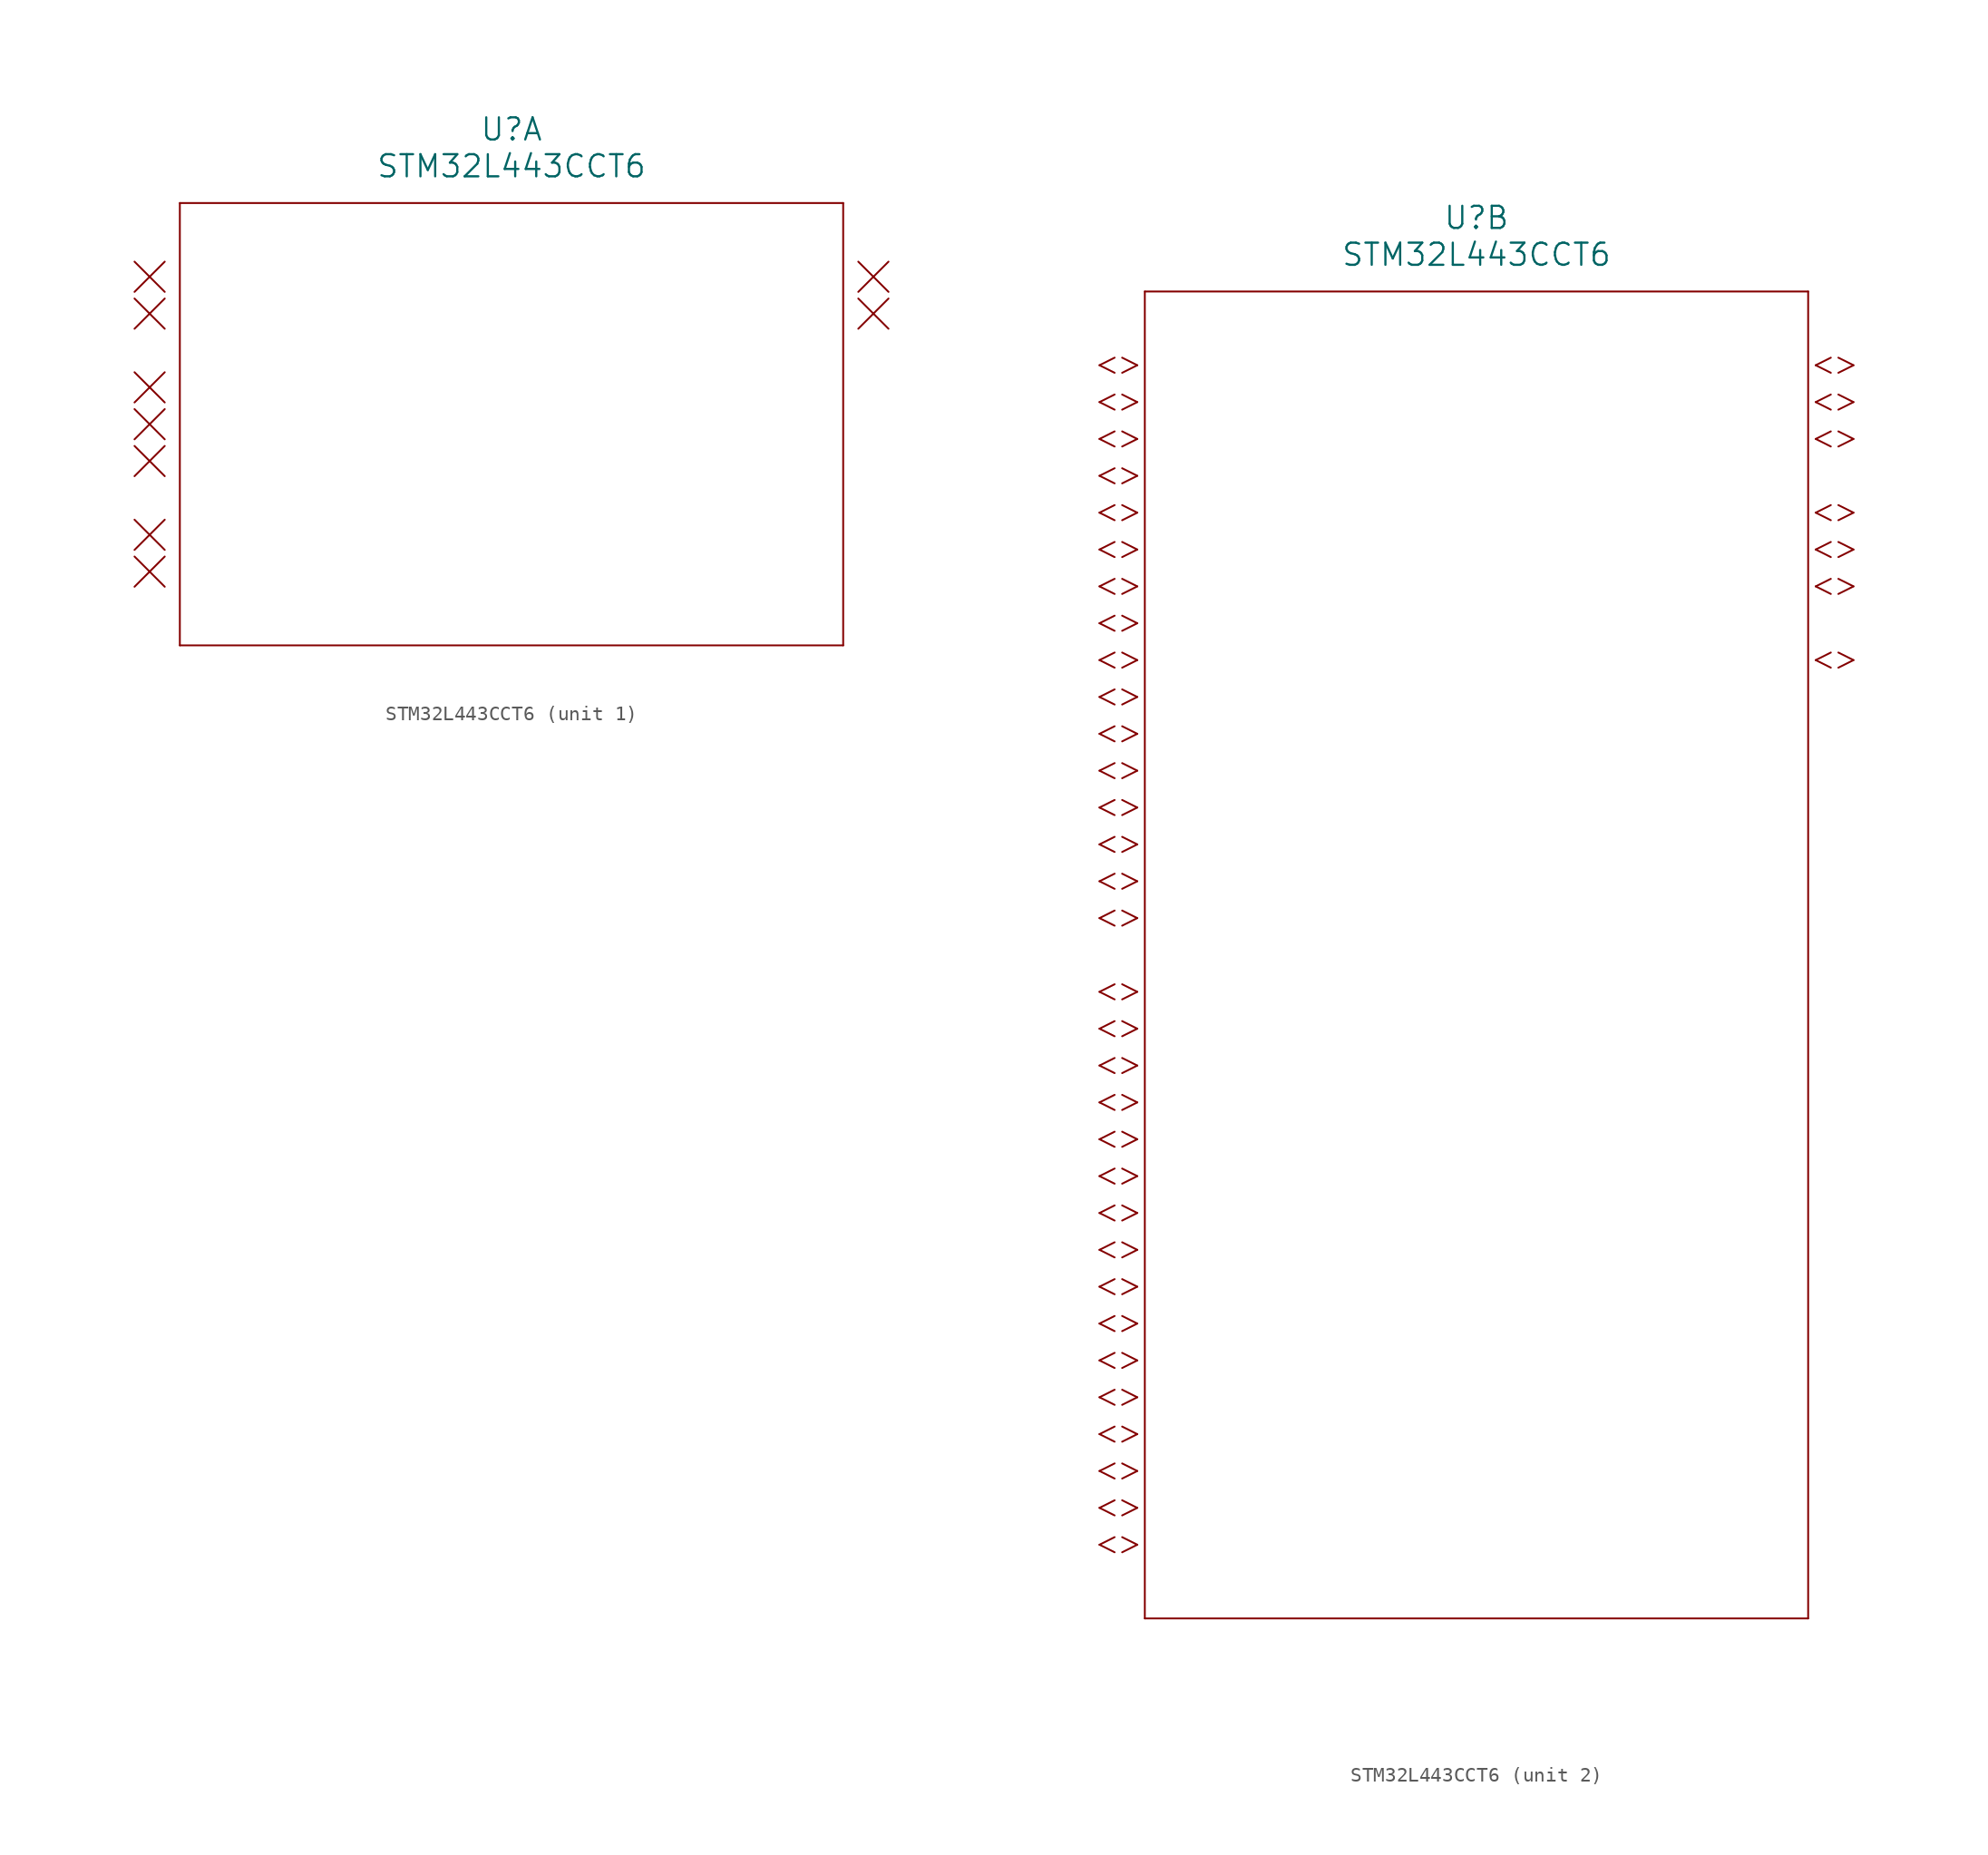
<source format=kicad_sym>
(kicad_symbol_lib
  (version 20220914)
  (generator kicad_symbol_editor)
  (symbol "STM32L443CCT6"
    (pin_names
      (offset 0.254))
    (property "Reference" "U"
      (at 30.48 10.16 0)
      (effects (font (size 1.524 1.524))))
    (property "Value" "STM32L443CCT6"
      (at 30.48 7.62 0)
      (effects (font (size 1.524 1.524))))
    (property "ki_locked" ""
      (at 0 0 0)
      (effects (font (size 1.27 1.27))))
    (symbol "STM32L443CCT6_1_1"
      (polyline (pts (xy 4.496 -19.279) (xy 6.579 -21.361)) (stroke (width 0.127) (type default)) (fill (type none)))
      (polyline (pts (xy 4.496 -16.739) (xy 6.579 -18.821)) (stroke (width 0.127) (type default)) (fill (type none)))
      (polyline (pts (xy 4.496 -11.659) (xy 6.579 -13.741)) (stroke (width 0.127) (type default)) (fill (type none)))
      (polyline (pts (xy 4.496 -9.119) (xy 6.579 -11.201)) (stroke (width 0.127) (type default)) (fill (type none)))
      (polyline (pts (xy 4.496 -6.579) (xy 6.579 -8.661)) (stroke (width 0.127) (type default)) (fill (type none)))
      (polyline (pts (xy 4.496 -1.499) (xy 6.579 -3.581)) (stroke (width 0.127) (type default)) (fill (type none)))
      (polyline (pts (xy 4.496 1.041) (xy 6.579 -1.041)) (stroke (width 0.127) (type default)) (fill (type none)))
      (polyline (pts (xy 6.579 -19.279) (xy 4.496 -21.361)) (stroke (width 0.127) (type default)) (fill (type none)))
      (polyline (pts (xy 6.579 -16.739) (xy 4.496 -18.821)) (stroke (width 0.127) (type default)) (fill (type none)))
      (polyline (pts (xy 6.579 -11.659) (xy 4.496 -13.741)) (stroke (width 0.127) (type default)) (fill (type none)))
      (polyline (pts (xy 6.579 -9.119) (xy 4.496 -11.201)) (stroke (width 0.127) (type default)) (fill (type none)))
      (polyline (pts (xy 6.579 -6.579) (xy 4.496 -8.661)) (stroke (width 0.127) (type default)) (fill (type none)))
      (polyline (pts (xy 6.579 -1.499) (xy 4.496 -3.581)) (stroke (width 0.127) (type default)) (fill (type none)))
      (polyline (pts (xy 6.579 1.041) (xy 4.496 -1.041)) (stroke (width 0.127) (type default)) (fill (type none)))
      (polyline (pts (xy 7.62 -25.4) (xy 53.34 -25.4)) (stroke (width 0.127) (type default)) (fill (type none)))
      (polyline (pts (xy 7.62 5.08) (xy 7.62 -25.4)) (stroke (width 0.127) (type default)) (fill (type none)))
      (polyline (pts (xy 53.34 -25.4) (xy 53.34 5.08)) (stroke (width 0.127) (type default)) (fill (type none)))
      (polyline (pts (xy 53.34 5.08) (xy 7.62 5.08)) (stroke (width 0.127) (type default)) (fill (type none)))
      (polyline (pts (xy 54.381 -3.581) (xy 56.464 -1.499)) (stroke (width 0.127) (type default)) (fill (type none)))
      (polyline (pts (xy 54.381 -1.041) (xy 56.464 1.041)) (stroke (width 0.127) (type default)) (fill (type none)))
      (polyline (pts (xy 56.464 -3.581) (xy 54.381 -1.499)) (stroke (width 0.127) (type default)) (fill (type none)))
      (polyline (pts (xy 56.464 -1.041) (xy 54.381 1.041)) (stroke (width 0.127) (type default)) (fill (type none))))
    (symbol "STM32L443CCT6_2_1"
      (polyline (pts (xy 5.537 -81.801) (xy 4.496 -81.28)) (stroke (width 0.127) (type default)) (fill (type none)))
      (polyline (pts (xy 5.537 -80.759) (xy 4.496 -81.28)) (stroke (width 0.127) (type default)) (fill (type none)))
      (polyline (pts (xy 5.537 -79.261) (xy 4.496 -78.74)) (stroke (width 0.127) (type default)) (fill (type none)))
      (polyline (pts (xy 5.537 -78.219) (xy 4.496 -78.74)) (stroke (width 0.127) (type default)) (fill (type none)))
      (polyline (pts (xy 5.537 -76.721) (xy 4.496 -76.2)) (stroke (width 0.127) (type default)) (fill (type none)))
      (polyline (pts (xy 5.537 -75.679) (xy 4.496 -76.2)) (stroke (width 0.127) (type default)) (fill (type none)))
      (polyline (pts (xy 5.537 -74.181) (xy 4.496 -73.66)) (stroke (width 0.127) (type default)) (fill (type none)))
      (polyline (pts (xy 5.537 -73.139) (xy 4.496 -73.66)) (stroke (width 0.127) (type default)) (fill (type none)))
      (polyline (pts (xy 5.537 -71.641) (xy 4.496 -71.12)) (stroke (width 0.127) (type default)) (fill (type none)))
      (polyline (pts (xy 5.537 -70.599) (xy 4.496 -71.12)) (stroke (width 0.127) (type default)) (fill (type none)))
      (polyline (pts (xy 5.537 -69.101) (xy 4.496 -68.58)) (stroke (width 0.127) (type default)) (fill (type none)))
      (polyline (pts (xy 5.537 -68.059) (xy 4.496 -68.58)) (stroke (width 0.127) (type default)) (fill (type none)))
      (polyline (pts (xy 5.537 -66.561) (xy 4.496 -66.04)) (stroke (width 0.127) (type default)) (fill (type none)))
      (polyline (pts (xy 5.537 -65.519) (xy 4.496 -66.04)) (stroke (width 0.127) (type default)) (fill (type none)))
      (polyline (pts (xy 5.537 -64.021) (xy 4.496 -63.5)) (stroke (width 0.127) (type default)) (fill (type none)))
      (polyline (pts (xy 5.537 -62.979) (xy 4.496 -63.5)) (stroke (width 0.127) (type default)) (fill (type none)))
      (polyline (pts (xy 5.537 -61.481) (xy 4.496 -60.96)) (stroke (width 0.127) (type default)) (fill (type none)))
      (polyline (pts (xy 5.537 -60.439) (xy 4.496 -60.96)) (stroke (width 0.127) (type default)) (fill (type none)))
      (polyline (pts (xy 5.537 -58.941) (xy 4.496 -58.42)) (stroke (width 0.127) (type default)) (fill (type none)))
      (polyline (pts (xy 5.537 -57.899) (xy 4.496 -58.42)) (stroke (width 0.127) (type default)) (fill (type none)))
      (polyline (pts (xy 5.537 -56.401) (xy 4.496 -55.88)) (stroke (width 0.127) (type default)) (fill (type none)))
      (polyline (pts (xy 5.537 -55.359) (xy 4.496 -55.88)) (stroke (width 0.127) (type default)) (fill (type none)))
      (polyline (pts (xy 5.537 -53.861) (xy 4.496 -53.34)) (stroke (width 0.127) (type default)) (fill (type none)))
      (polyline (pts (xy 5.537 -52.819) (xy 4.496 -53.34)) (stroke (width 0.127) (type default)) (fill (type none)))
      (polyline (pts (xy 5.537 -51.321) (xy 4.496 -50.8)) (stroke (width 0.127) (type default)) (fill (type none)))
      (polyline (pts (xy 5.537 -50.279) (xy 4.496 -50.8)) (stroke (width 0.127) (type default)) (fill (type none)))
      (polyline (pts (xy 5.537 -48.781) (xy 4.496 -48.26)) (stroke (width 0.127) (type default)) (fill (type none)))
      (polyline (pts (xy 5.537 -47.739) (xy 4.496 -48.26)) (stroke (width 0.127) (type default)) (fill (type none)))
      (polyline (pts (xy 5.537 -46.241) (xy 4.496 -45.72)) (stroke (width 0.127) (type default)) (fill (type none)))
      (polyline (pts (xy 5.537 -45.199) (xy 4.496 -45.72)) (stroke (width 0.127) (type default)) (fill (type none)))
      (polyline (pts (xy 5.537 -43.701) (xy 4.496 -43.18)) (stroke (width 0.127) (type default)) (fill (type none)))
      (polyline (pts (xy 5.537 -42.659) (xy 4.496 -43.18)) (stroke (width 0.127) (type default)) (fill (type none)))
      (polyline (pts (xy 5.537 -38.621) (xy 4.496 -38.1)) (stroke (width 0.127) (type default)) (fill (type none)))
      (polyline (pts (xy 5.537 -37.579) (xy 4.496 -38.1)) (stroke (width 0.127) (type default)) (fill (type none)))
      (polyline (pts (xy 5.537 -36.081) (xy 4.496 -35.56)) (stroke (width 0.127) (type default)) (fill (type none)))
      (polyline (pts (xy 5.537 -35.039) (xy 4.496 -35.56)) (stroke (width 0.127) (type default)) (fill (type none)))
      (polyline (pts (xy 5.537 -33.541) (xy 4.496 -33.02)) (stroke (width 0.127) (type default)) (fill (type none)))
      (polyline (pts (xy 5.537 -32.499) (xy 4.496 -33.02)) (stroke (width 0.127) (type default)) (fill (type none)))
      (polyline (pts (xy 5.537 -31.001) (xy 4.496 -30.48)) (stroke (width 0.127) (type default)) (fill (type none)))
      (polyline (pts (xy 5.537 -29.959) (xy 4.496 -30.48)) (stroke (width 0.127) (type default)) (fill (type none)))
      (polyline (pts (xy 5.537 -28.461) (xy 4.496 -27.94)) (stroke (width 0.127) (type default)) (fill (type none)))
      (polyline (pts (xy 5.537 -27.419) (xy 4.496 -27.94)) (stroke (width 0.127) (type default)) (fill (type none)))
      (polyline (pts (xy 5.537 -25.921) (xy 4.496 -25.4)) (stroke (width 0.127) (type default)) (fill (type none)))
      (polyline (pts (xy 5.537 -24.879) (xy 4.496 -25.4)) (stroke (width 0.127) (type default)) (fill (type none)))
      (polyline (pts (xy 5.537 -23.381) (xy 4.496 -22.86)) (stroke (width 0.127) (type default)) (fill (type none)))
      (polyline (pts (xy 5.537 -22.339) (xy 4.496 -22.86)) (stroke (width 0.127) (type default)) (fill (type none)))
      (polyline (pts (xy 5.537 -20.841) (xy 4.496 -20.32)) (stroke (width 0.127) (type default)) (fill (type none)))
      (polyline (pts (xy 5.537 -19.799) (xy 4.496 -20.32)) (stroke (width 0.127) (type default)) (fill (type none)))
      (polyline (pts (xy 5.537 -18.301) (xy 4.496 -17.78)) (stroke (width 0.127) (type default)) (fill (type none)))
      (polyline (pts (xy 5.537 -17.259) (xy 4.496 -17.78)) (stroke (width 0.127) (type default)) (fill (type none)))
      (polyline (pts (xy 5.537 -15.761) (xy 4.496 -15.24)) (stroke (width 0.127) (type default)) (fill (type none)))
      (polyline (pts (xy 5.537 -14.719) (xy 4.496 -15.24)) (stroke (width 0.127) (type default)) (fill (type none)))
      (polyline (pts (xy 5.537 -13.221) (xy 4.496 -12.7)) (stroke (width 0.127) (type default)) (fill (type none)))
      (polyline (pts (xy 5.537 -12.179) (xy 4.496 -12.7)) (stroke (width 0.127) (type default)) (fill (type none)))
      (polyline (pts (xy 5.537 -10.681) (xy 4.496 -10.16)) (stroke (width 0.127) (type default)) (fill (type none)))
      (polyline (pts (xy 5.537 -9.639) (xy 4.496 -10.16)) (stroke (width 0.127) (type default)) (fill (type none)))
      (polyline (pts (xy 5.537 -8.141) (xy 4.496 -7.62)) (stroke (width 0.127) (type default)) (fill (type none)))
      (polyline (pts (xy 5.537 -7.099) (xy 4.496 -7.62)) (stroke (width 0.127) (type default)) (fill (type none)))
      (polyline (pts (xy 5.537 -5.601) (xy 4.496 -5.08)) (stroke (width 0.127) (type default)) (fill (type none)))
      (polyline (pts (xy 5.537 -4.559) (xy 4.496 -5.08)) (stroke (width 0.127) (type default)) (fill (type none)))
      (polyline (pts (xy 5.537 -3.061) (xy 4.496 -2.54)) (stroke (width 0.127) (type default)) (fill (type none)))
      (polyline (pts (xy 5.537 -2.019) (xy 4.496 -2.54)) (stroke (width 0.127) (type default)) (fill (type none)))
      (polyline (pts (xy 5.537 -0.521) (xy 4.496 0)) (stroke (width 0.127) (type default)) (fill (type none)))
      (polyline (pts (xy 5.537 0.521) (xy 4.496 0)) (stroke (width 0.127) (type default)) (fill (type none)))
      (polyline (pts (xy 7.099 -81.28) (xy 6.058 -81.801)) (stroke (width 0.127) (type default)) (fill (type none)))
      (polyline (pts (xy 7.099 -81.28) (xy 6.058 -80.759)) (stroke (width 0.127) (type default)) (fill (type none)))
      (polyline (pts (xy 7.099 -78.74) (xy 6.058 -79.261)) (stroke (width 0.127) (type default)) (fill (type none)))
      (polyline (pts (xy 7.099 -78.74) (xy 6.058 -78.219)) (stroke (width 0.127) (type default)) (fill (type none)))
      (polyline (pts (xy 7.099 -76.2) (xy 6.058 -76.721)) (stroke (width 0.127) (type default)) (fill (type none)))
      (polyline (pts (xy 7.099 -76.2) (xy 6.058 -75.679)) (stroke (width 0.127) (type default)) (fill (type none)))
      (polyline (pts (xy 7.099 -73.66) (xy 6.058 -74.181)) (stroke (width 0.127) (type default)) (fill (type none)))
      (polyline (pts (xy 7.099 -73.66) (xy 6.058 -73.139)) (stroke (width 0.127) (type default)) (fill (type none)))
      (polyline (pts (xy 7.099 -71.12) (xy 6.058 -71.641)) (stroke (width 0.127) (type default)) (fill (type none)))
      (polyline (pts (xy 7.099 -71.12) (xy 6.058 -70.599)) (stroke (width 0.127) (type default)) (fill (type none)))
      (polyline (pts (xy 7.099 -68.58) (xy 6.058 -69.101)) (stroke (width 0.127) (type default)) (fill (type none)))
      (polyline (pts (xy 7.099 -68.58) (xy 6.058 -68.059)) (stroke (width 0.127) (type default)) (fill (type none)))
      (polyline (pts (xy 7.099 -66.04) (xy 6.058 -66.561)) (stroke (width 0.127) (type default)) (fill (type none)))
      (polyline (pts (xy 7.099 -66.04) (xy 6.058 -65.519)) (stroke (width 0.127) (type default)) (fill (type none)))
      (polyline (pts (xy 7.099 -63.5) (xy 6.058 -64.021)) (stroke (width 0.127) (type default)) (fill (type none)))
      (polyline (pts (xy 7.099 -63.5) (xy 6.058 -62.979)) (stroke (width 0.127) (type default)) (fill (type none)))
      (polyline (pts (xy 7.099 -60.96) (xy 6.058 -61.481)) (stroke (width 0.127) (type default)) (fill (type none)))
      (polyline (pts (xy 7.099 -60.96) (xy 6.058 -60.439)) (stroke (width 0.127) (type default)) (fill (type none)))
      (polyline (pts (xy 7.099 -58.42) (xy 6.058 -58.941)) (stroke (width 0.127) (type default)) (fill (type none)))
      (polyline (pts (xy 7.099 -58.42) (xy 6.058 -57.899)) (stroke (width 0.127) (type default)) (fill (type none)))
      (polyline (pts (xy 7.099 -55.88) (xy 6.058 -56.401)) (stroke (width 0.127) (type default)) (fill (type none)))
      (polyline (pts (xy 7.099 -55.88) (xy 6.058 -55.359)) (stroke (width 0.127) (type default)) (fill (type none)))
      (polyline (pts (xy 7.099 -53.34) (xy 6.058 -53.861)) (stroke (width 0.127) (type default)) (fill (type none)))
      (polyline (pts (xy 7.099 -53.34) (xy 6.058 -52.819)) (stroke (width 0.127) (type default)) (fill (type none)))
      (polyline (pts (xy 7.099 -50.8) (xy 6.058 -51.321)) (stroke (width 0.127) (type default)) (fill (type none)))
      (polyline (pts (xy 7.099 -50.8) (xy 6.058 -50.279)) (stroke (width 0.127) (type default)) (fill (type none)))
      (polyline (pts (xy 7.099 -48.26) (xy 6.058 -48.781)) (stroke (width 0.127) (type default)) (fill (type none)))
      (polyline (pts (xy 7.099 -48.26) (xy 6.058 -47.739)) (stroke (width 0.127) (type default)) (fill (type none)))
      (polyline (pts (xy 7.099 -45.72) (xy 6.058 -46.241)) (stroke (width 0.127) (type default)) (fill (type none)))
      (polyline (pts (xy 7.099 -45.72) (xy 6.058 -45.199)) (stroke (width 0.127) (type default)) (fill (type none)))
      (polyline (pts (xy 7.099 -43.18) (xy 6.058 -43.701)) (stroke (width 0.127) (type default)) (fill (type none)))
      (polyline (pts (xy 7.099 -43.18) (xy 6.058 -42.659)) (stroke (width 0.127) (type default)) (fill (type none)))
      (polyline (pts (xy 7.099 -38.1) (xy 6.058 -38.621)) (stroke (width 0.127) (type default)) (fill (type none)))
      (polyline (pts (xy 7.099 -38.1) (xy 6.058 -37.579)) (stroke (width 0.127) (type default)) (fill (type none)))
      (polyline (pts (xy 7.099 -35.56) (xy 6.058 -36.081)) (stroke (width 0.127) (type default)) (fill (type none)))
      (polyline (pts (xy 7.099 -35.56) (xy 6.058 -35.039)) (stroke (width 0.127) (type default)) (fill (type none)))
      (polyline (pts (xy 7.099 -33.02) (xy 6.058 -33.541)) (stroke (width 0.127) (type default)) (fill (type none)))
      (polyline (pts (xy 7.099 -33.02) (xy 6.058 -32.499)) (stroke (width 0.127) (type default)) (fill (type none)))
      (polyline (pts (xy 7.099 -30.48) (xy 6.058 -31.001)) (stroke (width 0.127) (type default)) (fill (type none)))
      (polyline (pts (xy 7.099 -30.48) (xy 6.058 -29.959)) (stroke (width 0.127) (type default)) (fill (type none)))
      (polyline (pts (xy 7.099 -27.94) (xy 6.058 -28.461)) (stroke (width 0.127) (type default)) (fill (type none)))
      (polyline (pts (xy 7.099 -27.94) (xy 6.058 -27.419)) (stroke (width 0.127) (type default)) (fill (type none)))
      (polyline (pts (xy 7.099 -25.4) (xy 6.058 -25.921)) (stroke (width 0.127) (type default)) (fill (type none)))
      (polyline (pts (xy 7.099 -25.4) (xy 6.058 -24.879)) (stroke (width 0.127) (type default)) (fill (type none)))
      (polyline (pts (xy 7.099 -22.86) (xy 6.058 -23.381)) (stroke (width 0.127) (type default)) (fill (type none)))
      (polyline (pts (xy 7.099 -22.86) (xy 6.058 -22.339)) (stroke (width 0.127) (type default)) (fill (type none)))
      (polyline (pts (xy 7.099 -20.32) (xy 6.058 -20.841)) (stroke (width 0.127) (type default)) (fill (type none)))
      (polyline (pts (xy 7.099 -20.32) (xy 6.058 -19.799)) (stroke (width 0.127) (type default)) (fill (type none)))
      (polyline (pts (xy 7.099 -17.78) (xy 6.058 -18.301)) (stroke (width 0.127) (type default)) (fill (type none)))
      (polyline (pts (xy 7.099 -17.78) (xy 6.058 -17.259)) (stroke (width 0.127) (type default)) (fill (type none)))
      (polyline (pts (xy 7.099 -15.24) (xy 6.058 -15.761)) (stroke (width 0.127) (type default)) (fill (type none)))
      (polyline (pts (xy 7.099 -15.24) (xy 6.058 -14.719)) (stroke (width 0.127) (type default)) (fill (type none)))
      (polyline (pts (xy 7.099 -12.7) (xy 6.058 -13.221)) (stroke (width 0.127) (type default)) (fill (type none)))
      (polyline (pts (xy 7.099 -12.7) (xy 6.058 -12.179)) (stroke (width 0.127) (type default)) (fill (type none)))
      (polyline (pts (xy 7.099 -10.16) (xy 6.058 -10.681)) (stroke (width 0.127) (type default)) (fill (type none)))
      (polyline (pts (xy 7.099 -10.16) (xy 6.058 -9.639)) (stroke (width 0.127) (type default)) (fill (type none)))
      (polyline (pts (xy 7.099 -7.62) (xy 6.058 -8.141)) (stroke (width 0.127) (type default)) (fill (type none)))
      (polyline (pts (xy 7.099 -7.62) (xy 6.058 -7.099)) (stroke (width 0.127) (type default)) (fill (type none)))
      (polyline (pts (xy 7.099 -5.08) (xy 6.058 -5.601)) (stroke (width 0.127) (type default)) (fill (type none)))
      (polyline (pts (xy 7.099 -5.08) (xy 6.058 -4.559)) (stroke (width 0.127) (type default)) (fill (type none)))
      (polyline (pts (xy 7.099 -2.54) (xy 6.058 -3.061)) (stroke (width 0.127) (type default)) (fill (type none)))
      (polyline (pts (xy 7.099 -2.54) (xy 6.058 -2.019)) (stroke (width 0.127) (type default)) (fill (type none)))
      (polyline (pts (xy 7.099 0) (xy 6.058 -0.521)) (stroke (width 0.127) (type default)) (fill (type none)))
      (polyline (pts (xy 7.099 0) (xy 6.058 0.521)) (stroke (width 0.127) (type default)) (fill (type none)))
      (polyline (pts (xy 7.62 -86.36) (xy 53.34 -86.36)) (stroke (width 0.127) (type default)) (fill (type none)))
      (polyline (pts (xy 7.62 5.08) (xy 7.62 -86.36)) (stroke (width 0.127) (type default)) (fill (type none)))
      (polyline (pts (xy 53.34 -86.36) (xy 53.34 5.08)) (stroke (width 0.127) (type default)) (fill (type none)))
      (polyline (pts (xy 53.34 5.08) (xy 7.62 5.08)) (stroke (width 0.127) (type default)) (fill (type none)))
      (polyline (pts (xy 53.861 -20.32) (xy 54.902 -20.841)) (stroke (width 0.127) (type default)) (fill (type none)))
      (polyline (pts (xy 53.861 -20.32) (xy 54.902 -19.799)) (stroke (width 0.127) (type default)) (fill (type none)))
      (polyline (pts (xy 53.861 -15.24) (xy 54.902 -15.761)) (stroke (width 0.127) (type default)) (fill (type none)))
      (polyline (pts (xy 53.861 -15.24) (xy 54.902 -14.719)) (stroke (width 0.127) (type default)) (fill (type none)))
      (polyline (pts (xy 53.861 -12.7) (xy 54.902 -13.221)) (stroke (width 0.127) (type default)) (fill (type none)))
      (polyline (pts (xy 53.861 -12.7) (xy 54.902 -12.179)) (stroke (width 0.127) (type default)) (fill (type none)))
      (polyline (pts (xy 53.861 -10.16) (xy 54.902 -10.681)) (stroke (width 0.127) (type default)) (fill (type none)))
      (polyline (pts (xy 53.861 -10.16) (xy 54.902 -9.639)) (stroke (width 0.127) (type default)) (fill (type none)))
      (polyline (pts (xy 53.861 -5.08) (xy 54.902 -5.601)) (stroke (width 0.127) (type default)) (fill (type none)))
      (polyline (pts (xy 53.861 -5.08) (xy 54.902 -4.559)) (stroke (width 0.127) (type default)) (fill (type none)))
      (polyline (pts (xy 53.861 -2.54) (xy 54.902 -3.061)) (stroke (width 0.127) (type default)) (fill (type none)))
      (polyline (pts (xy 53.861 -2.54) (xy 54.902 -2.019)) (stroke (width 0.127) (type default)) (fill (type none)))
      (polyline (pts (xy 53.861 0) (xy 54.902 -0.521)) (stroke (width 0.127) (type default)) (fill (type none)))
      (polyline (pts (xy 53.861 0) (xy 54.902 0.521)) (stroke (width 0.127) (type default)) (fill (type none)))
      (polyline (pts (xy 55.423 -20.841) (xy 56.464 -20.32)) (stroke (width 0.127) (type default)) (fill (type none)))
      (polyline (pts (xy 55.423 -19.799) (xy 56.464 -20.32)) (stroke (width 0.127) (type default)) (fill (type none)))
      (polyline (pts (xy 55.423 -15.761) (xy 56.464 -15.24)) (stroke (width 0.127) (type default)) (fill (type none)))
      (polyline (pts (xy 55.423 -14.719) (xy 56.464 -15.24)) (stroke (width 0.127) (type default)) (fill (type none)))
      (polyline (pts (xy 55.423 -13.221) (xy 56.464 -12.7)) (stroke (width 0.127) (type default)) (fill (type none)))
      (polyline (pts (xy 55.423 -12.179) (xy 56.464 -12.7)) (stroke (width 0.127) (type default)) (fill (type none)))
      (polyline (pts (xy 55.423 -10.681) (xy 56.464 -10.16)) (stroke (width 0.127) (type default)) (fill (type none)))
      (polyline (pts (xy 55.423 -9.639) (xy 56.464 -10.16)) (stroke (width 0.127) (type default)) (fill (type none)))
      (polyline (pts (xy 55.423 -5.601) (xy 56.464 -5.08)) (stroke (width 0.127) (type default)) (fill (type none)))
      (polyline (pts (xy 55.423 -4.559) (xy 56.464 -5.08)) (stroke (width 0.127) (type default)) (fill (type none)))
      (polyline (pts (xy 55.423 -3.061) (xy 56.464 -2.54)) (stroke (width 0.127) (type default)) (fill (type none)))
      (polyline (pts (xy 55.423 -2.019) (xy 56.464 -2.54)) (stroke (width 0.127) (type default)) (fill (type none)))
      (polyline (pts (xy 55.423 -0.521) (xy 56.464 0)) (stroke (width 0.127) (type default)) (fill (type none)))
      (polyline (pts (xy 55.423 0.521) (xy 56.464 0)) (stroke (width 0.127) (type default)) (fill (type none))))))
</source>
